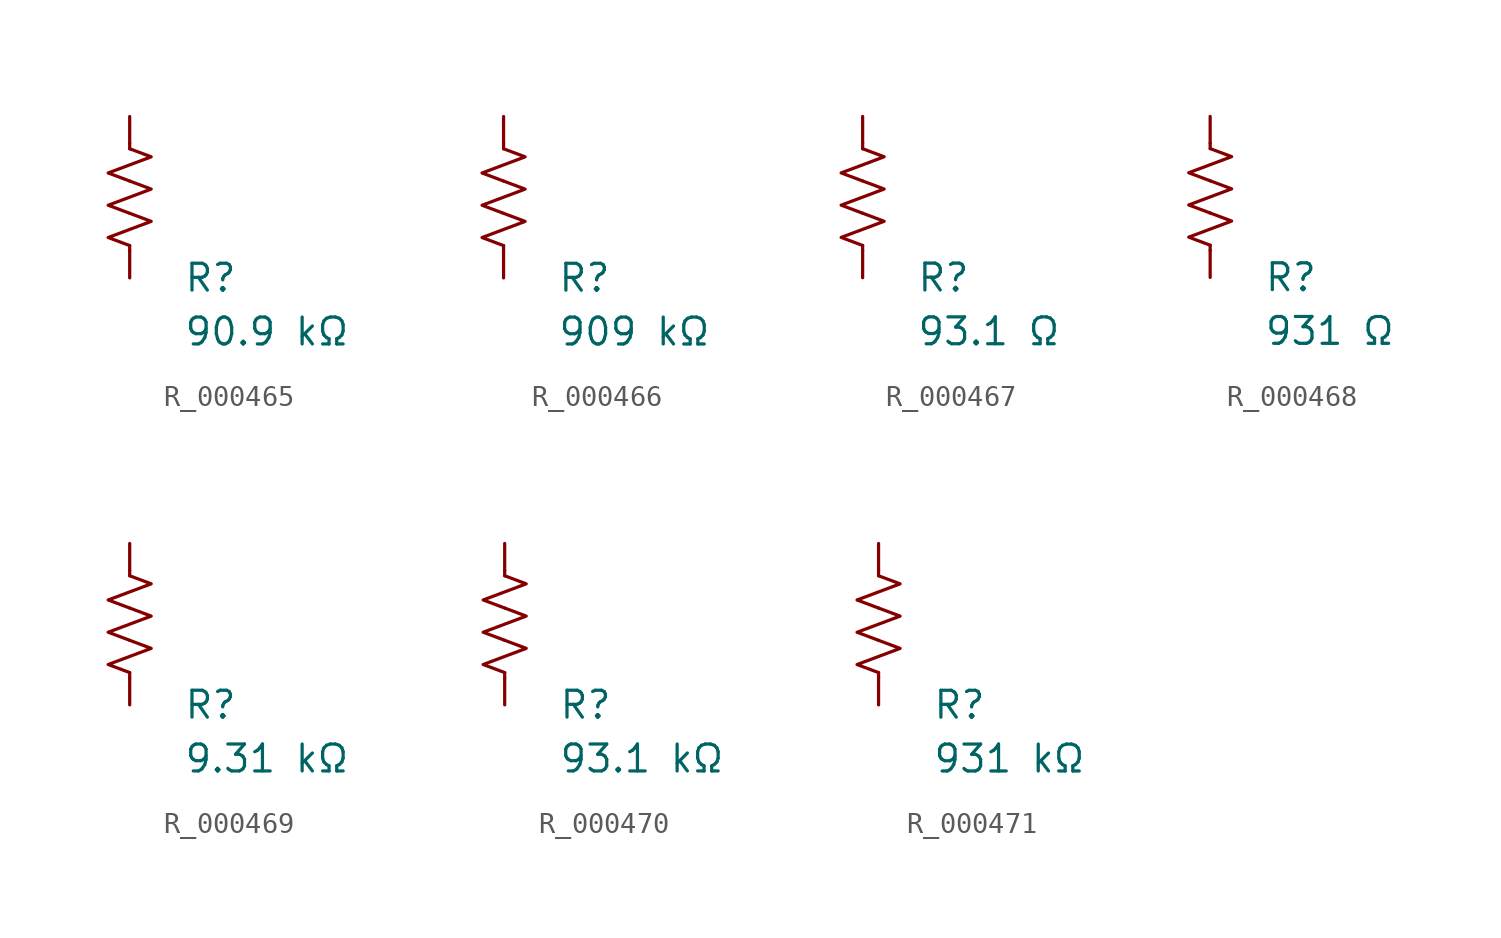
<source format=kicad_sym>
(kicad_symbol_lib
  (version 20231120)
  (generator "kicad_symbol_editor")
  (generator_version "8.0")
  (symbol "R_000465"
    (pin_numbers hide)
    (pin_names
      (offset 0))
    (property "Reference" "R"
      (at 2.54 -3.81 0)
      (effects (font (size 1.27 1.27)) (justify left))
      (show_name no))
    (property "Value" "90.9 kΩ"
      (at 2.54 -6.35 0)
      (effects (font (size 1.27 1.27)) (justify left))
      (show_name no))
    (symbol "R_000465_0_1"
      (polyline (pts (xy 0 -2.286) (xy 0 -2.54)) (stroke (width 0) (type default)) (fill (type none)))
      (polyline (pts (xy 0 2.286) (xy 0 2.54)) (stroke (width 0) (type default)) (fill (type none)))
      (polyline (pts (xy 0 -0.762) (xy 1.016 -1.143) (xy 0 -1.524) (xy -1.016 -1.905) (xy 0 -2.286)) (stroke (width 0) (type default)) (fill (type none)))
      (polyline (pts (xy 0 0.762) (xy 1.016 0.381) (xy 0 0) (xy -1.016 -0.381) (xy 0 -0.762)) (stroke (width 0) (type default)) (fill (type none)))
      (polyline (pts (xy 0 2.286) (xy 1.016 1.905) (xy 0 1.524) (xy -1.016 1.143) (xy 0 0.762)) (stroke (width 0) (type default)) (fill (type none))))
    (symbol "R_000465_1_1"
      (pin passive line (at 0 3.81 270) (length 1.27) (name "~" (effects (font (size 1.27 1.27)))) (number "1" (effects (font (size 1.27 1.27)))))
      (pin passive line (at 0 -3.81 90) (length 1.27) (name "~" (effects (font (size 1.27 1.27)))) (number "2" (effects (font (size 1.27 1.27)))))))
  (symbol "R_000466"
    (pin_numbers hide)
    (pin_names
      (offset 0))
    (property "Reference" "R"
      (at 2.54 -3.81 0)
      (effects (font (size 1.27 1.27)) (justify left))
      (show_name no))
    (property "Value" "909 kΩ"
      (at 2.54 -6.35 0)
      (effects (font (size 1.27 1.27)) (justify left))
      (show_name no))
    (symbol "R_000466_0_1"
      (polyline (pts (xy 0 -2.286) (xy 0 -2.54)) (stroke (width 0) (type default)) (fill (type none)))
      (polyline (pts (xy 0 2.286) (xy 0 2.54)) (stroke (width 0) (type default)) (fill (type none)))
      (polyline (pts (xy 0 -0.762) (xy 1.016 -1.143) (xy 0 -1.524) (xy -1.016 -1.905) (xy 0 -2.286)) (stroke (width 0) (type default)) (fill (type none)))
      (polyline (pts (xy 0 0.762) (xy 1.016 0.381) (xy 0 0) (xy -1.016 -0.381) (xy 0 -0.762)) (stroke (width 0) (type default)) (fill (type none)))
      (polyline (pts (xy 0 2.286) (xy 1.016 1.905) (xy 0 1.524) (xy -1.016 1.143) (xy 0 0.762)) (stroke (width 0) (type default)) (fill (type none))))
    (symbol "R_000466_1_1"
      (pin passive line (at 0 3.81 270) (length 1.27) (name "~" (effects (font (size 1.27 1.27)))) (number "1" (effects (font (size 1.27 1.27)))))
      (pin passive line (at 0 -3.81 90) (length 1.27) (name "~" (effects (font (size 1.27 1.27)))) (number "2" (effects (font (size 1.27 1.27)))))))
  (symbol "R_000467"
    (pin_numbers hide)
    (pin_names
      (offset 0))
    (property "Reference" "R"
      (at 2.54 -3.81 0)
      (effects (font (size 1.27 1.27)) (justify left))
      (show_name no))
    (property "Value" "93.1 Ω"
      (at 2.54 -6.35 0)
      (effects (font (size 1.27 1.27)) (justify left))
      (show_name no))
    (symbol "R_000467_0_1"
      (polyline (pts (xy 0 -2.286) (xy 0 -2.54)) (stroke (width 0) (type default)) (fill (type none)))
      (polyline (pts (xy 0 2.286) (xy 0 2.54)) (stroke (width 0) (type default)) (fill (type none)))
      (polyline (pts (xy 0 -0.762) (xy 1.016 -1.143) (xy 0 -1.524) (xy -1.016 -1.905) (xy 0 -2.286)) (stroke (width 0) (type default)) (fill (type none)))
      (polyline (pts (xy 0 0.762) (xy 1.016 0.381) (xy 0 0) (xy -1.016 -0.381) (xy 0 -0.762)) (stroke (width 0) (type default)) (fill (type none)))
      (polyline (pts (xy 0 2.286) (xy 1.016 1.905) (xy 0 1.524) (xy -1.016 1.143) (xy 0 0.762)) (stroke (width 0) (type default)) (fill (type none))))
    (symbol "R_000467_1_1"
      (pin passive line (at 0 3.81 270) (length 1.27) (name "~" (effects (font (size 1.27 1.27)))) (number "1" (effects (font (size 1.27 1.27)))))
      (pin passive line (at 0 -3.81 90) (length 1.27) (name "~" (effects (font (size 1.27 1.27)))) (number "2" (effects (font (size 1.27 1.27)))))))
  (symbol "R_000468"
    (pin_numbers hide)
    (pin_names
      (offset 0))
    (property "Reference" "R"
      (at 2.54 -3.81 0)
      (effects (font (size 1.27 1.27)) (justify left))
      (show_name no))
    (property "Value" "931 Ω"
      (at 2.54 -6.35 0)
      (effects (font (size 1.27 1.27)) (justify left))
      (show_name no))
    (symbol "R_000468_0_1"
      (polyline (pts (xy 0 -2.286) (xy 0 -2.54)) (stroke (width 0) (type default)) (fill (type none)))
      (polyline (pts (xy 0 2.286) (xy 0 2.54)) (stroke (width 0) (type default)) (fill (type none)))
      (polyline (pts (xy 0 -0.762) (xy 1.016 -1.143) (xy 0 -1.524) (xy -1.016 -1.905) (xy 0 -2.286)) (stroke (width 0) (type default)) (fill (type none)))
      (polyline (pts (xy 0 0.762) (xy 1.016 0.381) (xy 0 0) (xy -1.016 -0.381) (xy 0 -0.762)) (stroke (width 0) (type default)) (fill (type none)))
      (polyline (pts (xy 0 2.286) (xy 1.016 1.905) (xy 0 1.524) (xy -1.016 1.143) (xy 0 0.762)) (stroke (width 0) (type default)) (fill (type none))))
    (symbol "R_000468_1_1"
      (pin passive line (at 0 3.81 270) (length 1.27) (name "~" (effects (font (size 1.27 1.27)))) (number "1" (effects (font (size 1.27 1.27)))))
      (pin passive line (at 0 -3.81 90) (length 1.27) (name "~" (effects (font (size 1.27 1.27)))) (number "2" (effects (font (size 1.27 1.27)))))))
  (symbol "R_000469"
    (pin_numbers hide)
    (pin_names
      (offset 0))
    (property "Reference" "R"
      (at 2.54 -3.81 0)
      (effects (font (size 1.27 1.27)) (justify left))
      (show_name no))
    (property "Value" "9.31 kΩ"
      (at 2.54 -6.35 0)
      (effects (font (size 1.27 1.27)) (justify left))
      (show_name no))
    (symbol "R_000469_0_1"
      (polyline (pts (xy 0 -2.286) (xy 0 -2.54)) (stroke (width 0) (type default)) (fill (type none)))
      (polyline (pts (xy 0 2.286) (xy 0 2.54)) (stroke (width 0) (type default)) (fill (type none)))
      (polyline (pts (xy 0 -0.762) (xy 1.016 -1.143) (xy 0 -1.524) (xy -1.016 -1.905) (xy 0 -2.286)) (stroke (width 0) (type default)) (fill (type none)))
      (polyline (pts (xy 0 0.762) (xy 1.016 0.381) (xy 0 0) (xy -1.016 -0.381) (xy 0 -0.762)) (stroke (width 0) (type default)) (fill (type none)))
      (polyline (pts (xy 0 2.286) (xy 1.016 1.905) (xy 0 1.524) (xy -1.016 1.143) (xy 0 0.762)) (stroke (width 0) (type default)) (fill (type none))))
    (symbol "R_000469_1_1"
      (pin passive line (at 0 3.81 270) (length 1.27) (name "~" (effects (font (size 1.27 1.27)))) (number "1" (effects (font (size 1.27 1.27)))))
      (pin passive line (at 0 -3.81 90) (length 1.27) (name "~" (effects (font (size 1.27 1.27)))) (number "2" (effects (font (size 1.27 1.27)))))))
  (symbol "R_000470"
    (pin_numbers hide)
    (pin_names
      (offset 0))
    (property "Reference" "R"
      (at 2.54 -3.81 0)
      (effects (font (size 1.27 1.27)) (justify left))
      (show_name no))
    (property "Value" "93.1 kΩ"
      (at 2.54 -6.35 0)
      (effects (font (size 1.27 1.27)) (justify left))
      (show_name no))
    (symbol "R_000470_0_1"
      (polyline (pts (xy 0 -2.286) (xy 0 -2.54)) (stroke (width 0) (type default)) (fill (type none)))
      (polyline (pts (xy 0 2.286) (xy 0 2.54)) (stroke (width 0) (type default)) (fill (type none)))
      (polyline (pts (xy 0 -0.762) (xy 1.016 -1.143) (xy 0 -1.524) (xy -1.016 -1.905) (xy 0 -2.286)) (stroke (width 0) (type default)) (fill (type none)))
      (polyline (pts (xy 0 0.762) (xy 1.016 0.381) (xy 0 0) (xy -1.016 -0.381) (xy 0 -0.762)) (stroke (width 0) (type default)) (fill (type none)))
      (polyline (pts (xy 0 2.286) (xy 1.016 1.905) (xy 0 1.524) (xy -1.016 1.143) (xy 0 0.762)) (stroke (width 0) (type default)) (fill (type none))))
    (symbol "R_000470_1_1"
      (pin passive line (at 0 3.81 270) (length 1.27) (name "~" (effects (font (size 1.27 1.27)))) (number "1" (effects (font (size 1.27 1.27)))))
      (pin passive line (at 0 -3.81 90) (length 1.27) (name "~" (effects (font (size 1.27 1.27)))) (number "2" (effects (font (size 1.27 1.27)))))))
  (symbol "R_000471"
    (pin_numbers hide)
    (pin_names
      (offset 0))
    (property "Reference" "R"
      (at 2.54 -3.81 0)
      (effects (font (size 1.27 1.27)) (justify left))
      (show_name no))
    (property "Value" "931 kΩ"
      (at 2.54 -6.35 0)
      (effects (font (size 1.27 1.27)) (justify left))
      (show_name no))
    (symbol "R_000471_0_1"
      (polyline (pts (xy 0 -2.286) (xy 0 -2.54)) (stroke (width 0) (type default)) (fill (type none)))
      (polyline (pts (xy 0 2.286) (xy 0 2.54)) (stroke (width 0) (type default)) (fill (type none)))
      (polyline (pts (xy 0 -0.762) (xy 1.016 -1.143) (xy 0 -1.524) (xy -1.016 -1.905) (xy 0 -2.286)) (stroke (width 0) (type default)) (fill (type none)))
      (polyline (pts (xy 0 0.762) (xy 1.016 0.381) (xy 0 0) (xy -1.016 -0.381) (xy 0 -0.762)) (stroke (width 0) (type default)) (fill (type none)))
      (polyline (pts (xy 0 2.286) (xy 1.016 1.905) (xy 0 1.524) (xy -1.016 1.143) (xy 0 0.762)) (stroke (width 0) (type default)) (fill (type none))))
    (symbol "R_000471_1_1"
      (pin passive line (at 0 3.81 270) (length 1.27) (name "~" (effects (font (size 1.27 1.27)))) (number "1" (effects (font (size 1.27 1.27)))))
      (pin passive line (at 0 -3.81 90) (length 1.27) (name "~" (effects (font (size 1.27 1.27)))) (number "2" (effects (font (size 1.27 1.27))))))))
</source>
